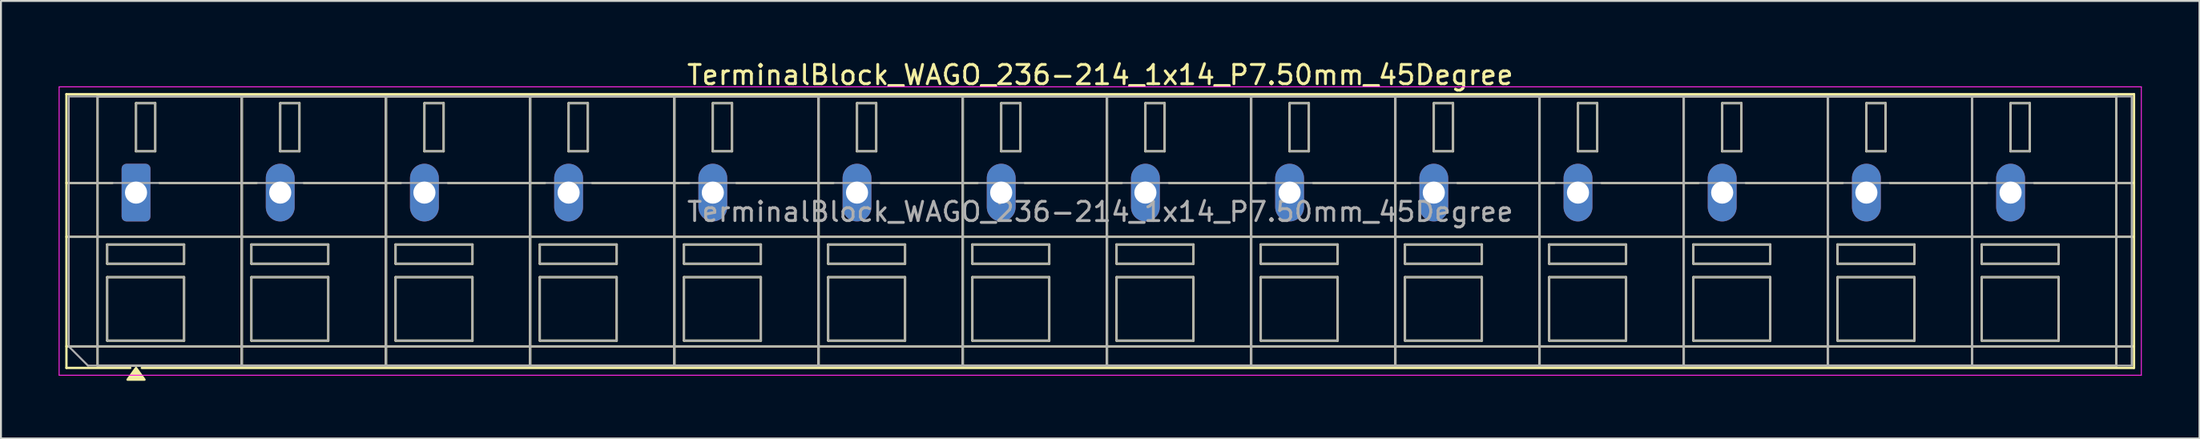
<source format=kicad_pcb>
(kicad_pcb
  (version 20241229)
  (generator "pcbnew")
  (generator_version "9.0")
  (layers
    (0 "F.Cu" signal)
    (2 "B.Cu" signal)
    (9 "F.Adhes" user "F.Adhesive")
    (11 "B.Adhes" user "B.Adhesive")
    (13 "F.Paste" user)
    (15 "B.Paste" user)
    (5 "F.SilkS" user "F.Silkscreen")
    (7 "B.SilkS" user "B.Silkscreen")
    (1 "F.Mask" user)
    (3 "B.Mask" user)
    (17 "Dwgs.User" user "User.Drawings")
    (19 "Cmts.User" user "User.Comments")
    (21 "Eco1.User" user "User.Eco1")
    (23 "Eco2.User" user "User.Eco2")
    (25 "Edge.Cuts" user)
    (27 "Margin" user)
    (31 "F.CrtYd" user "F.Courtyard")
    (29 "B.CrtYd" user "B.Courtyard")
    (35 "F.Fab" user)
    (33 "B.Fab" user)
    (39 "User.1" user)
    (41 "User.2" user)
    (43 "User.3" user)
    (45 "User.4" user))
  (footprint "TerminalBlock_WAGO_236-214_1x14_P7.50mm_45Degree"
    (layer "F.Cu")
    (at 4.025 6.968)
    (property "Reference" "TerminalBlock_WAGO_236-214_1x14_P7.50mm_45Degree" (at 50.15 -6.12 0) (layer "F.SilkS") (effects (font (size 1 1) (thickness 0.15))))
    (attr through_hole)
    (fp_line (start -3.62 -5.12) (end 103.92 -5.12) (stroke (width 0.12) (type solid)) (layer "F.SilkS"))
    (fp_line (start -3.62 -0.5) (end -1.23 -0.5) (stroke (width 0.12) (type solid)) (layer "F.SilkS"))
    (fp_line (start -3.62 2.3) (end 103.92 2.3) (stroke (width 0.12) (type solid)) (layer "F.SilkS"))
    (fp_line (start -3.62 8) (end 103.92 8) (stroke (width 0.12) (type solid)) (layer "F.SilkS"))
    (fp_line (start -3.62 9.12) (end -3.62 -5.12) (stroke (width 0.12) (type solid)) (layer "F.SilkS"))
    (fp_line (start -2 -5) (end 5.5 -5) (stroke (width 0.12) (type solid)) (layer "F.SilkS"))
    (fp_line (start -2 9) (end -2 -5) (stroke (width 0.12) (type solid)) (layer "F.SilkS"))
    (fp_line (start -1.5 2.7) (end 2.5 2.7) (stroke (width 0.12) (type solid)) (layer "F.SilkS"))
    (fp_line (start -1.5 3.7) (end -1.5 2.7) (stroke (width 0.12) (type solid)) (layer "F.SilkS"))
    (fp_line (start -1.5 4.4) (end 2.5 4.4) (stroke (width 0.12) (type solid)) (layer "F.SilkS"))
    (fp_line (start -1.5 7.7) (end -1.5 4.4) (stroke (width 0.12) (type solid)) (layer "F.SilkS"))
    (fp_line (start -0.3 9.12) (end -3.62 9.12) (stroke (width 0.12) (type solid)) (layer "F.SilkS"))
    (fp_line (start 0 -4.65) (end 1 -4.65) (stroke (width 0.12) (type solid)) (layer "F.SilkS"))
    (fp_line (start 0 -2.15) (end 0 -4.65) (stroke (width 0.12) (type solid)) (layer "F.SilkS"))
    (fp_line (start 1 -4.65) (end 1 -2.15) (stroke (width 0.12) (type solid)) (layer "F.SilkS"))
    (fp_line (start 1 -2.15) (end 0 -2.15) (stroke (width 0.12) (type solid)) (layer "F.SilkS"))
    (fp_line (start 1.23 -0.5) (end 6.27 -0.5) (stroke (width 0.12) (type solid)) (layer "F.SilkS"))
    (fp_line (start 2.5 2.7) (end 2.5 3.7) (stroke (width 0.12) (type solid)) (layer "F.SilkS"))
    (fp_line (start 2.5 3.7) (end -1.5 3.7) (stroke (width 0.12) (type solid)) (layer "F.SilkS"))
    (fp_line (start 2.5 4.4) (end 2.5 7.7) (stroke (width 0.12) (type solid)) (layer "F.SilkS"))
    (fp_line (start 2.5 7.7) (end -1.5 7.7) (stroke (width 0.12) (type solid)) (layer "F.SilkS"))
    (fp_line (start 5.5 -5) (end 5.5 9) (stroke (width 0.12) (type solid)) (layer "F.SilkS"))
    (fp_line (start 5.5 -5) (end 13 -5) (stroke (width 0.12) (type solid)) (layer "F.SilkS"))
    (fp_line (start 5.5 9) (end -2 9) (stroke (width 0.12) (type solid)) (layer "F.SilkS"))
    (fp_line (start 5.5 9) (end 5.5 -5) (stroke (width 0.12) (type solid)) (layer "F.SilkS"))
    (fp_line (start 6 2.7) (end 10 2.7) (stroke (width 0.12) (type solid)) (layer "F.SilkS"))
    (fp_line (start 6 3.7) (end 6 2.7) (stroke (width 0.12) (type solid)) (layer "F.SilkS"))
    (fp_line (start 6 4.4) (end 10 4.4) (stroke (width 0.12) (type solid)) (layer "F.SilkS"))
    (fp_line (start 6 7.7) (end 6 4.4) (stroke (width 0.12) (type solid)) (layer "F.SilkS"))
    (fp_line (start 7.5 -4.65) (end 8.5 -4.65) (stroke (width 0.12) (type solid)) (layer "F.SilkS"))
    (fp_line (start 7.5 -2.15) (end 7.5 -4.65) (stroke (width 0.12) (type solid)) (layer "F.SilkS"))
    (fp_line (start 8.5 -4.65) (end 8.5 -2.15) (stroke (width 0.12) (type solid)) (layer "F.SilkS"))
    (fp_line (start 8.5 -2.15) (end 7.5 -2.15) (stroke (width 0.12) (type solid)) (layer "F.SilkS"))
    (fp_line (start 8.73 -0.5) (end 13.77 -0.5) (stroke (width 0.12) (type solid)) (layer "F.SilkS"))
    (fp_line (start 10 2.7) (end 10 3.7) (stroke (width 0.12) (type solid)) (layer "F.SilkS"))
    (fp_line (start 10 3.7) (end 6 3.7) (stroke (width 0.12) (type solid)) (layer "F.SilkS"))
    (fp_line (start 10 4.4) (end 10 7.7) (stroke (width 0.12) (type solid)) (layer "F.SilkS"))
    (fp_line (start 10 7.7) (end 6 7.7) (stroke (width 0.12) (type solid)) (layer "F.SilkS"))
    (fp_line (start 13 -5) (end 13 9) (stroke (width 0.12) (type solid)) (layer "F.SilkS"))
    (fp_line (start 13 -5) (end 20.5 -5) (stroke (width 0.12) (type solid)) (layer "F.SilkS"))
    (fp_line (start 13 9) (end 5.5 9) (stroke (width 0.12) (type solid)) (layer "F.SilkS"))
    (fp_line (start 13 9) (end 13 -5) (stroke (width 0.12) (type solid)) (layer "F.SilkS"))
    (fp_line (start 13.5 2.7) (end 17.5 2.7) (stroke (width 0.12) (type solid)) (layer "F.SilkS"))
    (fp_line (start 13.5 3.7) (end 13.5 2.7) (stroke (width 0.12) (type solid)) (layer "F.SilkS"))
    (fp_line (start 13.5 4.4) (end 17.5 4.4) (stroke (width 0.12) (type solid)) (layer "F.SilkS"))
    (fp_line (start 13.5 7.7) (end 13.5 4.4) (stroke (width 0.12) (type solid)) (layer "F.SilkS"))
    (fp_line (start 15 -4.65) (end 16 -4.65) (stroke (width 0.12) (type solid)) (layer "F.SilkS"))
    (fp_line (start 15 -2.15) (end 15 -4.65) (stroke (width 0.12) (type solid)) (layer "F.SilkS"))
    (fp_line (start 16 -4.65) (end 16 -2.15) (stroke (width 0.12) (type solid)) (layer "F.SilkS"))
    (fp_line (start 16 -2.15) (end 15 -2.15) (stroke (width 0.12) (type solid)) (layer "F.SilkS"))
    (fp_line (start 16.23 -0.5) (end 21.27 -0.5) (stroke (width 0.12) (type solid)) (layer "F.SilkS"))
    (fp_line (start 17.5 2.7) (end 17.5 3.7) (stroke (width 0.12) (type solid)) (layer "F.SilkS"))
    (fp_line (start 17.5 3.7) (end 13.5 3.7) (stroke (width 0.12) (type solid)) (layer "F.SilkS"))
    (fp_line (start 17.5 4.4) (end 17.5 7.7) (stroke (width 0.12) (type solid)) (layer "F.SilkS"))
    (fp_line (start 17.5 7.7) (end 13.5 7.7) (stroke (width 0.12) (type solid)) (layer "F.SilkS"))
    (fp_line (start 20.5 -5) (end 20.5 9) (stroke (width 0.12) (type solid)) (layer "F.SilkS"))
    (fp_line (start 20.5 -5) (end 28 -5) (stroke (width 0.12) (type solid)) (layer "F.SilkS"))
    (fp_line (start 20.5 9) (end 13 9) (stroke (width 0.12) (type solid)) (layer "F.SilkS"))
    (fp_line (start 20.5 9) (end 20.5 -5) (stroke (width 0.12) (type solid)) (layer "F.SilkS"))
    (fp_line (start 21 2.7) (end 25 2.7) (stroke (width 0.12) (type solid)) (layer "F.SilkS"))
    (fp_line (start 21 3.7) (end 21 2.7) (stroke (width 0.12) (type solid)) (layer "F.SilkS"))
    (fp_line (start 21 4.4) (end 25 4.4) (stroke (width 0.12) (type solid)) (layer "F.SilkS"))
    (fp_line (start 21 7.7) (end 21 4.4) (stroke (width 0.12) (type solid)) (layer "F.SilkS"))
    (fp_line (start 22.5 -4.65) (end 23.5 -4.65) (stroke (width 0.12) (type solid)) (layer "F.SilkS"))
    (fp_line (start 22.5 -2.15) (end 22.5 -4.65) (stroke (width 0.12) (type solid)) (layer "F.SilkS"))
    (fp_line (start 23.5 -4.65) (end 23.5 -2.15) (stroke (width 0.12) (type solid)) (layer "F.SilkS"))
    (fp_line (start 23.5 -2.15) (end 22.5 -2.15) (stroke (width 0.12) (type solid)) (layer "F.SilkS"))
    (fp_line (start 23.73 -0.5) (end 28.77 -0.5) (stroke (width 0.12) (type solid)) (layer "F.SilkS"))
    (fp_line (start 25 2.7) (end 25 3.7) (stroke (width 0.12) (type solid)) (layer "F.SilkS"))
    (fp_line (start 25 3.7) (end 21 3.7) (stroke (width 0.12) (type solid)) (layer "F.SilkS"))
    (fp_line (start 25 4.4) (end 25 7.7) (stroke (width 0.12) (type solid)) (layer "F.SilkS"))
    (fp_line (start 25 7.7) (end 21 7.7) (stroke (width 0.12) (type solid)) (layer "F.SilkS"))
    (fp_line (start 28 -5) (end 28 9) (stroke (width 0.12) (type solid)) (layer "F.SilkS"))
    (fp_line (start 28 -5) (end 35.5 -5) (stroke (width 0.12) (type solid)) (layer "F.SilkS"))
    (fp_line (start 28 9) (end 20.5 9) (stroke (width 0.12) (type solid)) (layer "F.SilkS"))
    (fp_line (start 28 9) (end 28 -5) (stroke (width 0.12) (type solid)) (layer "F.SilkS"))
    (fp_line (start 28.5 2.7) (end 32.5 2.7) (stroke (width 0.12) (type solid)) (layer "F.SilkS"))
    (fp_line (start 28.5 3.7) (end 28.5 2.7) (stroke (width 0.12) (type solid)) (layer "F.SilkS"))
    (fp_line (start 28.5 4.4) (end 32.5 4.4) (stroke (width 0.12) (type solid)) (layer "F.SilkS"))
    (fp_line (start 28.5 7.7) (end 28.5 4.4) (stroke (width 0.12) (type solid)) (layer "F.SilkS"))
    (fp_line (start 30 -4.65) (end 31 -4.65) (stroke (width 0.12) (type solid)) (layer "F.SilkS"))
    (fp_line (start 30 -2.15) (end 30 -4.65) (stroke (width 0.12) (type solid)) (layer "F.SilkS"))
    (fp_line (start 31 -4.65) (end 31 -2.15) (stroke (width 0.12) (type solid)) (layer "F.SilkS"))
    (fp_line (start 31 -2.15) (end 30 -2.15) (stroke (width 0.12) (type solid)) (layer "F.SilkS"))
    (fp_line (start 31.23 -0.5) (end 36.27 -0.5) (stroke (width 0.12) (type solid)) (layer "F.SilkS"))
    (fp_line (start 32.5 2.7) (end 32.5 3.7) (stroke (width 0.12) (type solid)) (layer "F.SilkS"))
    (fp_line (start 32.5 3.7) (end 28.5 3.7) (stroke (width 0.12) (type solid)) (layer "F.SilkS"))
    (fp_line (start 32.5 4.4) (end 32.5 7.7) (stroke (width 0.12) (type solid)) (layer "F.SilkS"))
    (fp_line (start 32.5 7.7) (end 28.5 7.7) (stroke (width 0.12) (type solid)) (layer "F.SilkS"))
    (fp_line (start 35.5 -5) (end 35.5 9) (stroke (width 0.12) (type solid)) (layer "F.SilkS"))
    (fp_line (start 35.5 -5) (end 43 -5) (stroke (width 0.12) (type solid)) (layer "F.SilkS"))
    (fp_line (start 35.5 9) (end 28 9) (stroke (width 0.12) (type solid)) (layer "F.SilkS"))
    (fp_line (start 35.5 9) (end 35.5 -5) (stroke (width 0.12) (type solid)) (layer "F.SilkS"))
    (fp_line (start 36 2.7) (end 40 2.7) (stroke (width 0.12) (type solid)) (layer "F.SilkS"))
    (fp_line (start 36 3.7) (end 36 2.7) (stroke (width 0.12) (type solid)) (layer "F.SilkS"))
    (fp_line (start 36 4.4) (end 40 4.4) (stroke (width 0.12) (type solid)) (layer "F.SilkS"))
    (fp_line (start 36 7.7) (end 36 4.4) (stroke (width 0.12) (type solid)) (layer "F.SilkS"))
    (fp_line (start 37.5 -4.65) (end 38.5 -4.65) (stroke (width 0.12) (type solid)) (layer "F.SilkS"))
    (fp_line (start 37.5 -2.15) (end 37.5 -4.65) (stroke (width 0.12) (type solid)) (layer "F.SilkS"))
    (fp_line (start 38.5 -4.65) (end 38.5 -2.15) (stroke (width 0.12) (type solid)) (layer "F.SilkS"))
    (fp_line (start 38.5 -2.15) (end 37.5 -2.15) (stroke (width 0.12) (type solid)) (layer "F.SilkS"))
    (fp_line (start 38.73 -0.5) (end 43.77 -0.5) (stroke (width 0.12) (type solid)) (layer "F.SilkS"))
    (fp_line (start 40 2.7) (end 40 3.7) (stroke (width 0.12) (type solid)) (layer "F.SilkS"))
    (fp_line (start 40 3.7) (end 36 3.7) (stroke (width 0.12) (type solid)) (layer "F.SilkS"))
    (fp_line (start 40 4.4) (end 40 7.7) (stroke (width 0.12) (type solid)) (layer "F.SilkS"))
    (fp_line (start 40 7.7) (end 36 7.7) (stroke (width 0.12) (type solid)) (layer "F.SilkS"))
    (fp_line (start 43 -5) (end 43 9) (stroke (width 0.12) (type solid)) (layer "F.SilkS"))
    (fp_line (start 43 -5) (end 50.5 -5) (stroke (width 0.12) (type solid)) (layer "F.SilkS"))
    (fp_line (start 43 9) (end 35.5 9) (stroke (width 0.12) (type solid)) (layer "F.SilkS"))
    (fp_line (start 43 9) (end 43 -5) (stroke (width 0.12) (type solid)) (layer "F.SilkS"))
    (fp_line (start 43.5 2.7) (end 47.5 2.7) (stroke (width 0.12) (type solid)) (layer "F.SilkS"))
    (fp_line (start 43.5 3.7) (end 43.5 2.7) (stroke (width 0.12) (type solid)) (layer "F.SilkS"))
    (fp_line (start 43.5 4.4) (end 47.5 4.4) (stroke (width 0.12) (type solid)) (layer "F.SilkS"))
    (fp_line (start 43.5 7.7) (end 43.5 4.4) (stroke (width 0.12) (type solid)) (layer "F.SilkS"))
    (fp_line (start 45 -4.65) (end 46 -4.65) (stroke (width 0.12) (type solid)) (layer "F.SilkS"))
    (fp_line (start 45 -2.15) (end 45 -4.65) (stroke (width 0.12) (type solid)) (layer "F.SilkS"))
    (fp_line (start 46 -4.65) (end 46 -2.15) (stroke (width 0.12) (type solid)) (layer "F.SilkS"))
    (fp_line (start 46 -2.15) (end 45 -2.15) (stroke (width 0.12) (type solid)) (layer "F.SilkS"))
    (fp_line (start 46.23 -0.5) (end 51.27 -0.5) (stroke (width 0.12) (type solid)) (layer "F.SilkS"))
    (fp_line (start 47.5 2.7) (end 47.5 3.7) (stroke (width 0.12) (type solid)) (layer "F.SilkS"))
    (fp_line (start 47.5 3.7) (end 43.5 3.7) (stroke (width 0.12) (type solid)) (layer "F.SilkS"))
    (fp_line (start 47.5 4.4) (end 47.5 7.7) (stroke (width 0.12) (type solid)) (layer "F.SilkS"))
    (fp_line (start 47.5 7.7) (end 43.5 7.7) (stroke (width 0.12) (type solid)) (layer "F.SilkS"))
    (fp_line (start 50.5 -5) (end 50.5 9) (stroke (width 0.12) (type solid)) (layer "F.SilkS"))
    (fp_line (start 50.5 -5) (end 58 -5) (stroke (width 0.12) (type solid)) (layer "F.SilkS"))
    (fp_line (start 50.5 9) (end 43 9) (stroke (width 0.12) (type solid)) (layer "F.SilkS"))
    (fp_line (start 50.5 9) (end 50.5 -5) (stroke (width 0.12) (type solid)) (layer "F.SilkS"))
    (fp_line (start 51 2.7) (end 55 2.7) (stroke (width 0.12) (type solid)) (layer "F.SilkS"))
    (fp_line (start 51 3.7) (end 51 2.7) (stroke (width 0.12) (type solid)) (layer "F.SilkS"))
    (fp_line (start 51 4.4) (end 55 4.4) (stroke (width 0.12) (type solid)) (layer "F.SilkS"))
    (fp_line (start 51 7.7) (end 51 4.4) (stroke (width 0.12) (type solid)) (layer "F.SilkS"))
    (fp_line (start 52.5 -4.65) (end 53.5 -4.65) (stroke (width 0.12) (type solid)) (layer "F.SilkS"))
    (fp_line (start 52.5 -2.15) (end 52.5 -4.65) (stroke (width 0.12) (type solid)) (layer "F.SilkS"))
    (fp_line (start 53.5 -4.65) (end 53.5 -2.15) (stroke (width 0.12) (type solid)) (layer "F.SilkS"))
    (fp_line (start 53.5 -2.15) (end 52.5 -2.15) (stroke (width 0.12) (type solid)) (layer "F.SilkS"))
    (fp_line (start 53.73 -0.5) (end 58.77 -0.5) (stroke (width 0.12) (type solid)) (layer "F.SilkS"))
    (fp_line (start 55 2.7) (end 55 3.7) (stroke (width 0.12) (type solid)) (layer "F.SilkS"))
    (fp_line (start 55 3.7) (end 51 3.7) (stroke (width 0.12) (type solid)) (layer "F.SilkS"))
    (fp_line (start 55 4.4) (end 55 7.7) (stroke (width 0.12) (type solid)) (layer "F.SilkS"))
    (fp_line (start 55 7.7) (end 51 7.7) (stroke (width 0.12) (type solid)) (layer "F.SilkS"))
    (fp_line (start 58 -5) (end 58 9) (stroke (width 0.12) (type solid)) (layer "F.SilkS"))
    (fp_line (start 58 -5) (end 65.5 -5) (stroke (width 0.12) (type solid)) (layer "F.SilkS"))
    (fp_line (start 58 9) (end 50.5 9) (stroke (width 0.12) (type solid)) (layer "F.SilkS"))
    (fp_line (start 58 9) (end 58 -5) (stroke (width 0.12) (type solid)) (layer "F.SilkS"))
    (fp_line (start 58.5 2.7) (end 62.5 2.7) (stroke (width 0.12) (type solid)) (layer "F.SilkS"))
    (fp_line (start 58.5 3.7) (end 58.5 2.7) (stroke (width 0.12) (type solid)) (layer "F.SilkS"))
    (fp_line (start 58.5 4.4) (end 62.5 4.4) (stroke (width 0.12) (type solid)) (layer "F.SilkS"))
    (fp_line (start 58.5 7.7) (end 58.5 4.4) (stroke (width 0.12) (type solid)) (layer "F.SilkS"))
    (fp_line (start 60 -4.65) (end 61 -4.65) (stroke (width 0.12) (type solid)) (layer "F.SilkS"))
    (fp_line (start 60 -2.15) (end 60 -4.65) (stroke (width 0.12) (type solid)) (layer "F.SilkS"))
    (fp_line (start 61 -4.65) (end 61 -2.15) (stroke (width 0.12) (type solid)) (layer "F.SilkS"))
    (fp_line (start 61 -2.15) (end 60 -2.15) (stroke (width 0.12) (type solid)) (layer "F.SilkS"))
    (fp_line (start 61.23 -0.5) (end 66.27 -0.5) (stroke (width 0.12) (type solid)) (layer "F.SilkS"))
    (fp_line (start 62.5 2.7) (end 62.5 3.7) (stroke (width 0.12) (type solid)) (layer "F.SilkS"))
    (fp_line (start 62.5 3.7) (end 58.5 3.7) (stroke (width 0.12) (type solid)) (layer "F.SilkS"))
    (fp_line (start 62.5 4.4) (end 62.5 7.7) (stroke (width 0.12) (type solid)) (layer "F.SilkS"))
    (fp_line (start 62.5 7.7) (end 58.5 7.7) (stroke (width 0.12) (type solid)) (layer "F.SilkS"))
    (fp_line (start 65.5 -5) (end 65.5 9) (stroke (width 0.12) (type solid)) (layer "F.SilkS"))
    (fp_line (start 65.5 -5) (end 73 -5) (stroke (width 0.12) (type solid)) (layer "F.SilkS"))
    (fp_line (start 65.5 9) (end 58 9) (stroke (width 0.12) (type solid)) (layer "F.SilkS"))
    (fp_line (start 65.5 9) (end 65.5 -5) (stroke (width 0.12) (type solid)) (layer "F.SilkS"))
    (fp_line (start 66 2.7) (end 70 2.7) (stroke (width 0.12) (type solid)) (layer "F.SilkS"))
    (fp_line (start 66 3.7) (end 66 2.7) (stroke (width 0.12) (type solid)) (layer "F.SilkS"))
    (fp_line (start 66 4.4) (end 70 4.4) (stroke (width 0.12) (type solid)) (layer "F.SilkS"))
    (fp_line (start 66 7.7) (end 66 4.4) (stroke (width 0.12) (type solid)) (layer "F.SilkS"))
    (fp_line (start 67.5 -4.65) (end 68.5 -4.65) (stroke (width 0.12) (type solid)) (layer "F.SilkS"))
    (fp_line (start 67.5 -2.15) (end 67.5 -4.65) (stroke (width 0.12) (type solid)) (layer "F.SilkS"))
    (fp_line (start 68.5 -4.65) (end 68.5 -2.15) (stroke (width 0.12) (type solid)) (layer "F.SilkS"))
    (fp_line (start 68.5 -2.15) (end 67.5 -2.15) (stroke (width 0.12) (type solid)) (layer "F.SilkS"))
    (fp_line (start 68.73 -0.5) (end 73.77 -0.5) (stroke (width 0.12) (type solid)) (layer "F.SilkS"))
    (fp_line (start 70 2.7) (end 70 3.7) (stroke (width 0.12) (type solid)) (layer "F.SilkS"))
    (fp_line (start 70 3.7) (end 66 3.7) (stroke (width 0.12) (type solid)) (layer "F.SilkS"))
    (fp_line (start 70 4.4) (end 70 7.7) (stroke (width 0.12) (type solid)) (layer "F.SilkS"))
    (fp_line (start 70 7.7) (end 66 7.7) (stroke (width 0.12) (type solid)) (layer "F.SilkS"))
    (fp_line (start 73 -5) (end 73 9) (stroke (width 0.12) (type solid)) (layer "F.SilkS"))
    (fp_line (start 73 -5) (end 80.5 -5) (stroke (width 0.12) (type solid)) (layer "F.SilkS"))
    (fp_line (start 73 9) (end 65.5 9) (stroke (width 0.12) (type solid)) (layer "F.SilkS"))
    (fp_line (start 73 9) (end 73 -5) (stroke (width 0.12) (type solid)) (layer "F.SilkS"))
    (fp_line (start 73.5 2.7) (end 77.5 2.7) (stroke (width 0.12) (type solid)) (layer "F.SilkS"))
    (fp_line (start 73.5 3.7) (end 73.5 2.7) (stroke (width 0.12) (type solid)) (layer "F.SilkS"))
    (fp_line (start 73.5 4.4) (end 77.5 4.4) (stroke (width 0.12) (type solid)) (layer "F.SilkS"))
    (fp_line (start 73.5 7.7) (end 73.5 4.4) (stroke (width 0.12) (type solid)) (layer "F.SilkS"))
    (fp_line (start 75 -4.65) (end 76 -4.65) (stroke (width 0.12) (type solid)) (layer "F.SilkS"))
    (fp_line (start 75 -2.15) (end 75 -4.65) (stroke (width 0.12) (type solid)) (layer "F.SilkS"))
    (fp_line (start 76 -4.65) (end 76 -2.15) (stroke (width 0.12) (type solid)) (layer "F.SilkS"))
    (fp_line (start 76 -2.15) (end 75 -2.15) (stroke (width 0.12) (type solid)) (layer "F.SilkS"))
    (fp_line (start 76.23 -0.5) (end 81.27 -0.5) (stroke (width 0.12) (type solid)) (layer "F.SilkS"))
    (fp_line (start 77.5 2.7) (end 77.5 3.7) (stroke (width 0.12) (type solid)) (layer "F.SilkS"))
    (fp_line (start 77.5 3.7) (end 73.5 3.7) (stroke (width 0.12) (type solid)) (layer "F.SilkS"))
    (fp_line (start 77.5 4.4) (end 77.5 7.7) (stroke (width 0.12) (type solid)) (layer "F.SilkS"))
    (fp_line (start 77.5 7.7) (end 73.5 7.7) (stroke (width 0.12) (type solid)) (layer "F.SilkS"))
    (fp_line (start 80.5 -5) (end 80.5 9) (stroke (width 0.12) (type solid)) (layer "F.SilkS"))
    (fp_line (start 80.5 -5) (end 88 -5) (stroke (width 0.12) (type solid)) (layer "F.SilkS"))
    (fp_line (start 80.5 9) (end 73 9) (stroke (width 0.12) (type solid)) (layer "F.SilkS"))
    (fp_line (start 80.5 9) (end 80.5 -5) (stroke (width 0.12) (type solid)) (layer "F.SilkS"))
    (fp_line (start 81 2.7) (end 85 2.7) (stroke (width 0.12) (type solid)) (layer "F.SilkS"))
    (fp_line (start 81 3.7) (end 81 2.7) (stroke (width 0.12) (type solid)) (layer "F.SilkS"))
    (fp_line (start 81 4.4) (end 85 4.4) (stroke (width 0.12) (type solid)) (layer "F.SilkS"))
    (fp_line (start 81 7.7) (end 81 4.4) (stroke (width 0.12) (type solid)) (layer "F.SilkS"))
    (fp_line (start 82.5 -4.65) (end 83.5 -4.65) (stroke (width 0.12) (type solid)) (layer "F.SilkS"))
    (fp_line (start 82.5 -2.15) (end 82.5 -4.65) (stroke (width 0.12) (type solid)) (layer "F.SilkS"))
    (fp_line (start 83.5 -4.65) (end 83.5 -2.15) (stroke (width 0.12) (type solid)) (layer "F.SilkS"))
    (fp_line (start 83.5 -2.15) (end 82.5 -2.15) (stroke (width 0.12) (type solid)) (layer "F.SilkS"))
    (fp_line (start 83.73 -0.5) (end 88.77 -0.5) (stroke (width 0.12) (type solid)) (layer "F.SilkS"))
    (fp_line (start 85 2.7) (end 85 3.7) (stroke (width 0.12) (type solid)) (layer "F.SilkS"))
    (fp_line (start 85 3.7) (end 81 3.7) (stroke (width 0.12) (type solid)) (layer "F.SilkS"))
    (fp_line (start 85 4.4) (end 85 7.7) (stroke (width 0.12) (type solid)) (layer "F.SilkS"))
    (fp_line (start 85 7.7) (end 81 7.7) (stroke (width 0.12) (type solid)) (layer "F.SilkS"))
    (fp_line (start 88 -5) (end 88 9) (stroke (width 0.12) (type solid)) (layer "F.SilkS"))
    (fp_line (start 88 -5) (end 95.5 -5) (stroke (width 0.12) (type solid)) (layer "F.SilkS"))
    (fp_line (start 88 9) (end 80.5 9) (stroke (width 0.12) (type solid)) (layer "F.SilkS"))
    (fp_line (start 88 9) (end 88 -5) (stroke (width 0.12) (type solid)) (layer "F.SilkS"))
    (fp_line (start 88.5 2.7) (end 92.5 2.7) (stroke (width 0.12) (type solid)) (layer "F.SilkS"))
    (fp_line (start 88.5 3.7) (end 88.5 2.7) (stroke (width 0.12) (type solid)) (layer "F.SilkS"))
    (fp_line (start 88.5 4.4) (end 92.5 4.4) (stroke (width 0.12) (type solid)) (layer "F.SilkS"))
    (fp_line (start 88.5 7.7) (end 88.5 4.4) (stroke (width 0.12) (type solid)) (layer "F.SilkS"))
    (fp_line (start 90 -4.65) (end 91 -4.65) (stroke (width 0.12) (type solid)) (layer "F.SilkS"))
    (fp_line (start 90 -2.15) (end 90 -4.65) (stroke (width 0.12) (type solid)) (layer "F.SilkS"))
    (fp_line (start 91 -4.65) (end 91 -2.15) (stroke (width 0.12) (type solid)) (layer "F.SilkS"))
    (fp_line (start 91 -2.15) (end 90 -2.15) (stroke (width 0.12) (type solid)) (layer "F.SilkS"))
    (fp_line (start 91.23 -0.5) (end 96.27 -0.5) (stroke (width 0.12) (type solid)) (layer "F.SilkS"))
    (fp_line (start 92.5 2.7) (end 92.5 3.7) (stroke (width 0.12) (type solid)) (layer "F.SilkS"))
    (fp_line (start 92.5 3.7) (end 88.5 3.7) (stroke (width 0.12) (type solid)) (layer "F.SilkS"))
    (fp_line (start 92.5 4.4) (end 92.5 7.7) (stroke (width 0.12) (type solid)) (layer "F.SilkS"))
    (fp_line (start 92.5 7.7) (end 88.5 7.7) (stroke (width 0.12) (type solid)) (layer "F.SilkS"))
    (fp_line (start 95.5 -5) (end 95.5 9) (stroke (width 0.12) (type solid)) (layer "F.SilkS"))
    (fp_line (start 95.5 -5) (end 103 -5) (stroke (width 0.12) (type solid)) (layer "F.SilkS"))
    (fp_line (start 95.5 9) (end 88 9) (stroke (width 0.12) (type solid)) (layer "F.SilkS"))
    (fp_line (start 95.5 9) (end 95.5 -5) (stroke (width 0.12) (type solid)) (layer "F.SilkS"))
    (fp_line (start 96 2.7) (end 100 2.7) (stroke (width 0.12) (type solid)) (layer "F.SilkS"))
    (fp_line (start 96 3.7) (end 96 2.7) (stroke (width 0.12) (type solid)) (layer "F.SilkS"))
    (fp_line (start 96 4.4) (end 100 4.4) (stroke (width 0.12) (type solid)) (layer "F.SilkS"))
    (fp_line (start 96 7.7) (end 96 4.4) (stroke (width 0.12) (type solid)) (layer "F.SilkS"))
    (fp_line (start 97.5 -4.65) (end 98.5 -4.65) (stroke (width 0.12) (type solid)) (layer "F.SilkS"))
    (fp_line (start 97.5 -2.15) (end 97.5 -4.65) (stroke (width 0.12) (type solid)) (layer "F.SilkS"))
    (fp_line (start 98.5 -4.65) (end 98.5 -2.15) (stroke (width 0.12) (type solid)) (layer "F.SilkS"))
    (fp_line (start 98.5 -2.15) (end 97.5 -2.15) (stroke (width 0.12) (type solid)) (layer "F.SilkS"))
    (fp_line (start 98.73 -0.5) (end 103.92 -0.5) (stroke (width 0.12) (type solid)) (layer "F.SilkS"))
    (fp_line (start 100 2.7) (end 100 3.7) (stroke (width 0.12) (type solid)) (layer "F.SilkS"))
    (fp_line (start 100 3.7) (end 96 3.7) (stroke (width 0.12) (type solid)) (layer "F.SilkS"))
    (fp_line (start 100 4.4) (end 100 7.7) (stroke (width 0.12) (type solid)) (layer "F.SilkS"))
    (fp_line (start 100 7.7) (end 96 7.7) (stroke (width 0.12) (type solid)) (layer "F.SilkS"))
    (fp_line (start 103 -5) (end 103 9) (stroke (width 0.12) (type solid)) (layer "F.SilkS"))
    (fp_line (start 103 9) (end 95.5 9) (stroke (width 0.12) (type solid)) (layer "F.SilkS"))
    (fp_line (start 103.92 -5.12) (end 103.92 9.12) (stroke (width 0.12) (type solid)) (layer "F.SilkS"))
    (fp_line (start 103.92 9.12) (end 0.3 9.12) (stroke (width 0.12) (type solid)) (layer "F.SilkS"))
    (fp_poly (pts (xy 0 9.12) (xy 0.44 9.73) (xy -0.44 9.73)) (stroke (width 0.12) (type solid)) (fill yes) (layer "F.SilkS"))
    (fp_line (start -4 -5.5) (end -4 9.5) (stroke (width 0.05) (type solid)) (layer "F.CrtYd"))
    (fp_line (start -4 9.5) (end 104.3 9.5) (stroke (width 0.05) (type solid)) (layer "F.CrtYd"))
    (fp_line (start 104.3 -5.5) (end -4 -5.5) (stroke (width 0.05) (type solid)) (layer "F.CrtYd"))
    (fp_line (start 104.3 9.5) (end 104.3 -5.5) (stroke (width 0.05) (type solid)) (layer "F.CrtYd"))
    (fp_line (start -3.5 -5) (end 103.8 -5) (stroke (width 0.1) (type solid)) (layer "F.Fab"))
    (fp_line (start -3.5 -0.5) (end 103.8 -0.5) (stroke (width 0.1) (type solid)) (layer "F.Fab"))
    (fp_line (start -3.5 2.3) (end 103.8 2.3) (stroke (width 0.1) (type solid)) (layer "F.Fab"))
    (fp_line (start -3.5 8) (end -3.5 -5) (stroke (width 0.1) (type solid)) (layer "F.Fab"))
    (fp_line (start -3.5 8) (end 103.8 8) (stroke (width 0.1) (type solid)) (layer "F.Fab"))
    (fp_line (start -2.5 9) (end -3.5 8) (stroke (width 0.1) (type solid)) (layer "F.Fab"))
    (fp_line (start -2 -5) (end -2 9) (stroke (width 0.1) (type solid)) (layer "F.Fab"))
    (fp_line (start -2 9) (end 5.5 9) (stroke (width 0.1) (type solid)) (layer "F.Fab"))
    (fp_line (start -1.5 2.7) (end -1.5 3.7) (stroke (width 0.1) (type solid)) (layer "F.Fab"))
    (fp_line (start -1.5 3.7) (end 2.5 3.7) (stroke (width 0.1) (type solid)) (layer "F.Fab"))
    (fp_line (start -1.5 4.4) (end -1.5 7.7) (stroke (width 0.1) (type solid)) (layer "F.Fab"))
    (fp_line (start -1.5 7.7) (end 2.5 7.7) (stroke (width 0.1) (type solid)) (layer "F.Fab"))
    (fp_line (start 0 -4.65) (end 0 -2.15) (stroke (width 0.1) (type solid)) (layer "F.Fab"))
    (fp_line (start 0 -2.15) (end 1 -2.15) (stroke (width 0.1) (type solid)) (layer "F.Fab"))
    (fp_line (start 1 -4.65) (end 0 -4.65) (stroke (width 0.1) (type solid)) (layer "F.Fab"))
    (fp_line (start 1 -2.15) (end 1 -4.65) (stroke (width 0.1) (type solid)) (layer "F.Fab"))
    (fp_line (start 2.5 2.7) (end -1.5 2.7) (stroke (width 0.1) (type solid)) (layer "F.Fab"))
    (fp_line (start 2.5 3.7) (end 2.5 2.7) (stroke (width 0.1) (type solid)) (layer "F.Fab"))
    (fp_line (start 2.5 4.4) (end -1.5 4.4) (stroke (width 0.1) (type solid)) (layer "F.Fab"))
    (fp_line (start 2.5 7.7) (end 2.5 4.4) (stroke (width 0.1) (type solid)) (layer "F.Fab"))
    (fp_line (start 5.5 -5) (end -2 -5) (stroke (width 0.1) (type solid)) (layer "F.Fab"))
    (fp_line (start 5.5 -5) (end 5.5 9) (stroke (width 0.1) (type solid)) (layer "F.Fab"))
    (fp_line (start 5.5 9) (end 5.5 -5) (stroke (width 0.1) (type solid)) (layer "F.Fab"))
    (fp_line (start 5.5 9) (end 13 9) (stroke (width 0.1) (type solid)) (layer "F.Fab"))
    (fp_line (start 6 2.7) (end 6 3.7) (stroke (width 0.1) (type solid)) (layer "F.Fab"))
    (fp_line (start 6 3.7) (end 10 3.7) (stroke (width 0.1) (type solid)) (layer "F.Fab"))
    (fp_line (start 6 4.4) (end 6 7.7) (stroke (width 0.1) (type solid)) (layer "F.Fab"))
    (fp_line (start 6 7.7) (end 10 7.7) (stroke (width 0.1) (type solid)) (layer "F.Fab"))
    (fp_line (start 7.5 -4.65) (end 7.5 -2.15) (stroke (width 0.1) (type solid)) (layer "F.Fab"))
    (fp_line (start 7.5 -2.15) (end 8.5 -2.15) (stroke (width 0.1) (type solid)) (layer "F.Fab"))
    (fp_line (start 8.5 -4.65) (end 7.5 -4.65) (stroke (width 0.1) (type solid)) (layer "F.Fab"))
    (fp_line (start 8.5 -2.15) (end 8.5 -4.65) (stroke (width 0.1) (type solid)) (layer "F.Fab"))
    (fp_line (start 10 2.7) (end 6 2.7) (stroke (width 0.1) (type solid)) (layer "F.Fab"))
    (fp_line (start 10 3.7) (end 10 2.7) (stroke (width 0.1) (type solid)) (layer "F.Fab"))
    (fp_line (start 10 4.4) (end 6 4.4) (stroke (width 0.1) (type solid)) (layer "F.Fab"))
    (fp_line (start 10 7.7) (end 10 4.4) (stroke (width 0.1) (type solid)) (layer "F.Fab"))
    (fp_line (start 13 -5) (end 5.5 -5) (stroke (width 0.1) (type solid)) (layer "F.Fab"))
    (fp_line (start 13 -5) (end 13 9) (stroke (width 0.1) (type solid)) (layer "F.Fab"))
    (fp_line (start 13 9) (end 13 -5) (stroke (width 0.1) (type solid)) (layer "F.Fab"))
    (fp_line (start 13 9) (end 20.5 9) (stroke (width 0.1) (type solid)) (layer "F.Fab"))
    (fp_line (start 13.5 2.7) (end 13.5 3.7) (stroke (width 0.1) (type solid)) (layer "F.Fab"))
    (fp_line (start 13.5 3.7) (end 17.5 3.7) (stroke (width 0.1) (type solid)) (layer "F.Fab"))
    (fp_line (start 13.5 4.4) (end 13.5 7.7) (stroke (width 0.1) (type solid)) (layer "F.Fab"))
    (fp_line (start 13.5 7.7) (end 17.5 7.7) (stroke (width 0.1) (type solid)) (layer "F.Fab"))
    (fp_line (start 15 -4.65) (end 15 -2.15) (stroke (width 0.1) (type solid)) (layer "F.Fab"))
    (fp_line (start 15 -2.15) (end 16 -2.15) (stroke (width 0.1) (type solid)) (layer "F.Fab"))
    (fp_line (start 16 -4.65) (end 15 -4.65) (stroke (width 0.1) (type solid)) (layer "F.Fab"))
    (fp_line (start 16 -2.15) (end 16 -4.65) (stroke (width 0.1) (type solid)) (layer "F.Fab"))
    (fp_line (start 17.5 2.7) (end 13.5 2.7) (stroke (width 0.1) (type solid)) (layer "F.Fab"))
    (fp_line (start 17.5 3.7) (end 17.5 2.7) (stroke (width 0.1) (type solid)) (layer "F.Fab"))
    (fp_line (start 17.5 4.4) (end 13.5 4.4) (stroke (width 0.1) (type solid)) (layer "F.Fab"))
    (fp_line (start 17.5 7.7) (end 17.5 4.4) (stroke (width 0.1) (type solid)) (layer "F.Fab"))
    (fp_line (start 20.5 -5) (end 13 -5) (stroke (width 0.1) (type solid)) (layer "F.Fab"))
    (fp_line (start 20.5 -5) (end 20.5 9) (stroke (width 0.1) (type solid)) (layer "F.Fab"))
    (fp_line (start 20.5 9) (end 20.5 -5) (stroke (width 0.1) (type solid)) (layer "F.Fab"))
    (fp_line (start 20.5 9) (end 28 9) (stroke (width 0.1) (type solid)) (layer "F.Fab"))
    (fp_line (start 21 2.7) (end 21 3.7) (stroke (width 0.1) (type solid)) (layer "F.Fab"))
    (fp_line (start 21 3.7) (end 25 3.7) (stroke (width 0.1) (type solid)) (layer "F.Fab"))
    (fp_line (start 21 4.4) (end 21 7.7) (stroke (width 0.1) (type solid)) (layer "F.Fab"))
    (fp_line (start 21 7.7) (end 25 7.7) (stroke (width 0.1) (type solid)) (layer "F.Fab"))
    (fp_line (start 22.5 -4.65) (end 22.5 -2.15) (stroke (width 0.1) (type solid)) (layer "F.Fab"))
    (fp_line (start 22.5 -2.15) (end 23.5 -2.15) (stroke (width 0.1) (type solid)) (layer "F.Fab"))
    (fp_line (start 23.5 -4.65) (end 22.5 -4.65) (stroke (width 0.1) (type solid)) (layer "F.Fab"))
    (fp_line (start 23.5 -2.15) (end 23.5 -4.65) (stroke (width 0.1) (type solid)) (layer "F.Fab"))
    (fp_line (start 25 2.7) (end 21 2.7) (stroke (width 0.1) (type solid)) (layer "F.Fab"))
    (fp_line (start 25 3.7) (end 25 2.7) (stroke (width 0.1) (type solid)) (layer "F.Fab"))
    (fp_line (start 25 4.4) (end 21 4.4) (stroke (width 0.1) (type solid)) (layer "F.Fab"))
    (fp_line (start 25 7.7) (end 25 4.4) (stroke (width 0.1) (type solid)) (layer "F.Fab"))
    (fp_line (start 28 -5) (end 20.5 -5) (stroke (width 0.1) (type solid)) (layer "F.Fab"))
    (fp_line (start 28 -5) (end 28 9) (stroke (width 0.1) (type solid)) (layer "F.Fab"))
    (fp_line (start 28 9) (end 28 -5) (stroke (width 0.1) (type solid)) (layer "F.Fab"))
    (fp_line (start 28 9) (end 35.5 9) (stroke (width 0.1) (type solid)) (layer "F.Fab"))
    (fp_line (start 28.5 2.7) (end 28.5 3.7) (stroke (width 0.1) (type solid)) (layer "F.Fab"))
    (fp_line (start 28.5 3.7) (end 32.5 3.7) (stroke (width 0.1) (type solid)) (layer "F.Fab"))
    (fp_line (start 28.5 4.4) (end 28.5 7.7) (stroke (width 0.1) (type solid)) (layer "F.Fab"))
    (fp_line (start 28.5 7.7) (end 32.5 7.7) (stroke (width 0.1) (type solid)) (layer "F.Fab"))
    (fp_line (start 30 -4.65) (end 30 -2.15) (stroke (width 0.1) (type solid)) (layer "F.Fab"))
    (fp_line (start 30 -2.15) (end 31 -2.15) (stroke (width 0.1) (type solid)) (layer "F.Fab"))
    (fp_line (start 31 -4.65) (end 30 -4.65) (stroke (width 0.1) (type solid)) (layer "F.Fab"))
    (fp_line (start 31 -2.15) (end 31 -4.65) (stroke (width 0.1) (type solid)) (layer "F.Fab"))
    (fp_line (start 32.5 2.7) (end 28.5 2.7) (stroke (width 0.1) (type solid)) (layer "F.Fab"))
    (fp_line (start 32.5 3.7) (end 32.5 2.7) (stroke (width 0.1) (type solid)) (layer "F.Fab"))
    (fp_line (start 32.5 4.4) (end 28.5 4.4) (stroke (width 0.1) (type solid)) (layer "F.Fab"))
    (fp_line (start 32.5 7.7) (end 32.5 4.4) (stroke (width 0.1) (type solid)) (layer "F.Fab"))
    (fp_line (start 35.5 -5) (end 28 -5) (stroke (width 0.1) (type solid)) (layer "F.Fab"))
    (fp_line (start 35.5 -5) (end 35.5 9) (stroke (width 0.1) (type solid)) (layer "F.Fab"))
    (fp_line (start 35.5 9) (end 35.5 -5) (stroke (width 0.1) (type solid)) (layer "F.Fab"))
    (fp_line (start 35.5 9) (end 43 9) (stroke (width 0.1) (type solid)) (layer "F.Fab"))
    (fp_line (start 36 2.7) (end 36 3.7) (stroke (width 0.1) (type solid)) (layer "F.Fab"))
    (fp_line (start 36 3.7) (end 40 3.7) (stroke (width 0.1) (type solid)) (layer "F.Fab"))
    (fp_line (start 36 4.4) (end 36 7.7) (stroke (width 0.1) (type solid)) (layer "F.Fab"))
    (fp_line (start 36 7.7) (end 40 7.7) (stroke (width 0.1) (type solid)) (layer "F.Fab"))
    (fp_line (start 37.5 -4.65) (end 37.5 -2.15) (stroke (width 0.1) (type solid)) (layer "F.Fab"))
    (fp_line (start 37.5 -2.15) (end 38.5 -2.15) (stroke (width 0.1) (type solid)) (layer "F.Fab"))
    (fp_line (start 38.5 -4.65) (end 37.5 -4.65) (stroke (width 0.1) (type solid)) (layer "F.Fab"))
    (fp_line (start 38.5 -2.15) (end 38.5 -4.65) (stroke (width 0.1) (type solid)) (layer "F.Fab"))
    (fp_line (start 40 2.7) (end 36 2.7) (stroke (width 0.1) (type solid)) (layer "F.Fab"))
    (fp_line (start 40 3.7) (end 40 2.7) (stroke (width 0.1) (type solid)) (layer "F.Fab"))
    (fp_line (start 40 4.4) (end 36 4.4) (stroke (width 0.1) (type solid)) (layer "F.Fab"))
    (fp_line (start 40 7.7) (end 40 4.4) (stroke (width 0.1) (type solid)) (layer "F.Fab"))
    (fp_line (start 43 -5) (end 35.5 -5) (stroke (width 0.1) (type solid)) (layer "F.Fab"))
    (fp_line (start 43 -5) (end 43 9) (stroke (width 0.1) (type solid)) (layer "F.Fab"))
    (fp_line (start 43 9) (end 43 -5) (stroke (width 0.1) (type solid)) (layer "F.Fab"))
    (fp_line (start 43 9) (end 50.5 9) (stroke (width 0.1) (type solid)) (layer "F.Fab"))
    (fp_line (start 43.5 2.7) (end 43.5 3.7) (stroke (width 0.1) (type solid)) (layer "F.Fab"))
    (fp_line (start 43.5 3.7) (end 47.5 3.7) (stroke (width 0.1) (type solid)) (layer "F.Fab"))
    (fp_line (start 43.5 4.4) (end 43.5 7.7) (stroke (width 0.1) (type solid)) (layer "F.Fab"))
    (fp_line (start 43.5 7.7) (end 47.5 7.7) (stroke (width 0.1) (type solid)) (layer "F.Fab"))
    (fp_line (start 45 -4.65) (end 45 -2.15) (stroke (width 0.1) (type solid)) (layer "F.Fab"))
    (fp_line (start 45 -2.15) (end 46 -2.15) (stroke (width 0.1) (type solid)) (layer "F.Fab"))
    (fp_line (start 46 -4.65) (end 45 -4.65) (stroke (width 0.1) (type solid)) (layer "F.Fab"))
    (fp_line (start 46 -2.15) (end 46 -4.65) (stroke (width 0.1) (type solid)) (layer "F.Fab"))
    (fp_line (start 47.5 2.7) (end 43.5 2.7) (stroke (width 0.1) (type solid)) (layer "F.Fab"))
    (fp_line (start 47.5 3.7) (end 47.5 2.7) (stroke (width 0.1) (type solid)) (layer "F.Fab"))
    (fp_line (start 47.5 4.4) (end 43.5 4.4) (stroke (width 0.1) (type solid)) (layer "F.Fab"))
    (fp_line (start 47.5 7.7) (end 47.5 4.4) (stroke (width 0.1) (type solid)) (layer "F.Fab"))
    (fp_line (start 50.5 -5) (end 43 -5) (stroke (width 0.1) (type solid)) (layer "F.Fab"))
    (fp_line (start 50.5 -5) (end 50.5 9) (stroke (width 0.1) (type solid)) (layer "F.Fab"))
    (fp_line (start 50.5 9) (end 50.5 -5) (stroke (width 0.1) (type solid)) (layer "F.Fab"))
    (fp_line (start 50.5 9) (end 58 9) (stroke (width 0.1) (type solid)) (layer "F.Fab"))
    (fp_line (start 51 2.7) (end 51 3.7) (stroke (width 0.1) (type solid)) (layer "F.Fab"))
    (fp_line (start 51 3.7) (end 55 3.7) (stroke (width 0.1) (type solid)) (layer "F.Fab"))
    (fp_line (start 51 4.4) (end 51 7.7) (stroke (width 0.1) (type solid)) (layer "F.Fab"))
    (fp_line (start 51 7.7) (end 55 7.7) (stroke (width 0.1) (type solid)) (layer "F.Fab"))
    (fp_line (start 52.5 -4.65) (end 52.5 -2.15) (stroke (width 0.1) (type solid)) (layer "F.Fab"))
    (fp_line (start 52.5 -2.15) (end 53.5 -2.15) (stroke (width 0.1) (type solid)) (layer "F.Fab"))
    (fp_line (start 53.5 -4.65) (end 52.5 -4.65) (stroke (width 0.1) (type solid)) (layer "F.Fab"))
    (fp_line (start 53.5 -2.15) (end 53.5 -4.65) (stroke (width 0.1) (type solid)) (layer "F.Fab"))
    (fp_line (start 55 2.7) (end 51 2.7) (stroke (width 0.1) (type solid)) (layer "F.Fab"))
    (fp_line (start 55 3.7) (end 55 2.7) (stroke (width 0.1) (type solid)) (layer "F.Fab"))
    (fp_line (start 55 4.4) (end 51 4.4) (stroke (width 0.1) (type solid)) (layer "F.Fab"))
    (fp_line (start 55 7.7) (end 55 4.4) (stroke (width 0.1) (type solid)) (layer "F.Fab"))
    (fp_line (start 58 -5) (end 50.5 -5) (stroke (width 0.1) (type solid)) (layer "F.Fab"))
    (fp_line (start 58 -5) (end 58 9) (stroke (width 0.1) (type solid)) (layer "F.Fab"))
    (fp_line (start 58 9) (end 58 -5) (stroke (width 0.1) (type solid)) (layer "F.Fab"))
    (fp_line (start 58 9) (end 65.5 9) (stroke (width 0.1) (type solid)) (layer "F.Fab"))
    (fp_line (start 58.5 2.7) (end 58.5 3.7) (stroke (width 0.1) (type solid)) (layer "F.Fab"))
    (fp_line (start 58.5 3.7) (end 62.5 3.7) (stroke (width 0.1) (type solid)) (layer "F.Fab"))
    (fp_line (start 58.5 4.4) (end 58.5 7.7) (stroke (width 0.1) (type solid)) (layer "F.Fab"))
    (fp_line (start 58.5 7.7) (end 62.5 7.7) (stroke (width 0.1) (type solid)) (layer "F.Fab"))
    (fp_line (start 60 -4.65) (end 60 -2.15) (stroke (width 0.1) (type solid)) (layer "F.Fab"))
    (fp_line (start 60 -2.15) (end 61 -2.15) (stroke (width 0.1) (type solid)) (layer "F.Fab"))
    (fp_line (start 61 -4.65) (end 60 -4.65) (stroke (width 0.1) (type solid)) (layer "F.Fab"))
    (fp_line (start 61 -2.15) (end 61 -4.65) (stroke (width 0.1) (type solid)) (layer "F.Fab"))
    (fp_line (start 62.5 2.7) (end 58.5 2.7) (stroke (width 0.1) (type solid)) (layer "F.Fab"))
    (fp_line (start 62.5 3.7) (end 62.5 2.7) (stroke (width 0.1) (type solid)) (layer "F.Fab"))
    (fp_line (start 62.5 4.4) (end 58.5 4.4) (stroke (width 0.1) (type solid)) (layer "F.Fab"))
    (fp_line (start 62.5 7.7) (end 62.5 4.4) (stroke (width 0.1) (type solid)) (layer "F.Fab"))
    (fp_line (start 65.5 -5) (end 58 -5) (stroke (width 0.1) (type solid)) (layer "F.Fab"))
    (fp_line (start 65.5 -5) (end 65.5 9) (stroke (width 0.1) (type solid)) (layer "F.Fab"))
    (fp_line (start 65.5 9) (end 65.5 -5) (stroke (width 0.1) (type solid)) (layer "F.Fab"))
    (fp_line (start 65.5 9) (end 73 9) (stroke (width 0.1) (type solid)) (layer "F.Fab"))
    (fp_line (start 66 2.7) (end 66 3.7) (stroke (width 0.1) (type solid)) (layer "F.Fab"))
    (fp_line (start 66 3.7) (end 70 3.7) (stroke (width 0.1) (type solid)) (layer "F.Fab"))
    (fp_line (start 66 4.4) (end 66 7.7) (stroke (width 0.1) (type solid)) (layer "F.Fab"))
    (fp_line (start 66 7.7) (end 70 7.7) (stroke (width 0.1) (type solid)) (layer "F.Fab"))
    (fp_line (start 67.5 -4.65) (end 67.5 -2.15) (stroke (width 0.1) (type solid)) (layer "F.Fab"))
    (fp_line (start 67.5 -2.15) (end 68.5 -2.15) (stroke (width 0.1) (type solid)) (layer "F.Fab"))
    (fp_line (start 68.5 -4.65) (end 67.5 -4.65) (stroke (width 0.1) (type solid)) (layer "F.Fab"))
    (fp_line (start 68.5 -2.15) (end 68.5 -4.65) (stroke (width 0.1) (type solid)) (layer "F.Fab"))
    (fp_line (start 70 2.7) (end 66 2.7) (stroke (width 0.1) (type solid)) (layer "F.Fab"))
    (fp_line (start 70 3.7) (end 70 2.7) (stroke (width 0.1) (type solid)) (layer "F.Fab"))
    (fp_line (start 70 4.4) (end 66 4.4) (stroke (width 0.1) (type solid)) (layer "F.Fab"))
    (fp_line (start 70 7.7) (end 70 4.4) (stroke (width 0.1) (type solid)) (layer "F.Fab"))
    (fp_line (start 73 -5) (end 65.5 -5) (stroke (width 0.1) (type solid)) (layer "F.Fab"))
    (fp_line (start 73 -5) (end 73 9) (stroke (width 0.1) (type solid)) (layer "F.Fab"))
    (fp_line (start 73 9) (end 73 -5) (stroke (width 0.1) (type solid)) (layer "F.Fab"))
    (fp_line (start 73 9) (end 80.5 9) (stroke (width 0.1) (type solid)) (layer "F.Fab"))
    (fp_line (start 73.5 2.7) (end 73.5 3.7) (stroke (width 0.1) (type solid)) (layer "F.Fab"))
    (fp_line (start 73.5 3.7) (end 77.5 3.7) (stroke (width 0.1) (type solid)) (layer "F.Fab"))
    (fp_line (start 73.5 4.4) (end 73.5 7.7) (stroke (width 0.1) (type solid)) (layer "F.Fab"))
    (fp_line (start 73.5 7.7) (end 77.5 7.7) (stroke (width 0.1) (type solid)) (layer "F.Fab"))
    (fp_line (start 75 -4.65) (end 75 -2.15) (stroke (width 0.1) (type solid)) (layer "F.Fab"))
    (fp_line (start 75 -2.15) (end 76 -2.15) (stroke (width 0.1) (type solid)) (layer "F.Fab"))
    (fp_line (start 76 -4.65) (end 75 -4.65) (stroke (width 0.1) (type solid)) (layer "F.Fab"))
    (fp_line (start 76 -2.15) (end 76 -4.65) (stroke (width 0.1) (type solid)) (layer "F.Fab"))
    (fp_line (start 77.5 2.7) (end 73.5 2.7) (stroke (width 0.1) (type solid)) (layer "F.Fab"))
    (fp_line (start 77.5 3.7) (end 77.5 2.7) (stroke (width 0.1) (type solid)) (layer "F.Fab"))
    (fp_line (start 77.5 4.4) (end 73.5 4.4) (stroke (width 0.1) (type solid)) (layer "F.Fab"))
    (fp_line (start 77.5 7.7) (end 77.5 4.4) (stroke (width 0.1) (type solid)) (layer "F.Fab"))
    (fp_line (start 80.5 -5) (end 73 -5) (stroke (width 0.1) (type solid)) (layer "F.Fab"))
    (fp_line (start 80.5 -5) (end 80.5 9) (stroke (width 0.1) (type solid)) (layer "F.Fab"))
    (fp_line (start 80.5 9) (end 80.5 -5) (stroke (width 0.1) (type solid)) (layer "F.Fab"))
    (fp_line (start 80.5 9) (end 88 9) (stroke (width 0.1) (type solid)) (layer "F.Fab"))
    (fp_line (start 81 2.7) (end 81 3.7) (stroke (width 0.1) (type solid)) (layer "F.Fab"))
    (fp_line (start 81 3.7) (end 85 3.7) (stroke (width 0.1) (type solid)) (layer "F.Fab"))
    (fp_line (start 81 4.4) (end 81 7.7) (stroke (width 0.1) (type solid)) (layer "F.Fab"))
    (fp_line (start 81 7.7) (end 85 7.7) (stroke (width 0.1) (type solid)) (layer "F.Fab"))
    (fp_line (start 82.5 -4.65) (end 82.5 -2.15) (stroke (width 0.1) (type solid)) (layer "F.Fab"))
    (fp_line (start 82.5 -2.15) (end 83.5 -2.15) (stroke (width 0.1) (type solid)) (layer "F.Fab"))
    (fp_line (start 83.5 -4.65) (end 82.5 -4.65) (stroke (width 0.1) (type solid)) (layer "F.Fab"))
    (fp_line (start 83.5 -2.15) (end 83.5 -4.65) (stroke (width 0.1) (type solid)) (layer "F.Fab"))
    (fp_line (start 85 2.7) (end 81 2.7) (stroke (width 0.1) (type solid)) (layer "F.Fab"))
    (fp_line (start 85 3.7) (end 85 2.7) (stroke (width 0.1) (type solid)) (layer "F.Fab"))
    (fp_line (start 85 4.4) (end 81 4.4) (stroke (width 0.1) (type solid)) (layer "F.Fab"))
    (fp_line (start 85 7.7) (end 85 4.4) (stroke (width 0.1) (type solid)) (layer "F.Fab"))
    (fp_line (start 88 -5) (end 80.5 -5) (stroke (width 0.1) (type solid)) (layer "F.Fab"))
    (fp_line (start 88 -5) (end 88 9) (stroke (width 0.1) (type solid)) (layer "F.Fab"))
    (fp_line (start 88 9) (end 88 -5) (stroke (width 0.1) (type solid)) (layer "F.Fab"))
    (fp_line (start 88 9) (end 95.5 9) (stroke (width 0.1) (type solid)) (layer "F.Fab"))
    (fp_line (start 88.5 2.7) (end 88.5 3.7) (stroke (width 0.1) (type solid)) (layer "F.Fab"))
    (fp_line (start 88.5 3.7) (end 92.5 3.7) (stroke (width 0.1) (type solid)) (layer "F.Fab"))
    (fp_line (start 88.5 4.4) (end 88.5 7.7) (stroke (width 0.1) (type solid)) (layer "F.Fab"))
    (fp_line (start 88.5 7.7) (end 92.5 7.7) (stroke (width 0.1) (type solid)) (layer "F.Fab"))
    (fp_line (start 90 -4.65) (end 90 -2.15) (stroke (width 0.1) (type solid)) (layer "F.Fab"))
    (fp_line (start 90 -2.15) (end 91 -2.15) (stroke (width 0.1) (type solid)) (layer "F.Fab"))
    (fp_line (start 91 -4.65) (end 90 -4.65) (stroke (width 0.1) (type solid)) (layer "F.Fab"))
    (fp_line (start 91 -2.15) (end 91 -4.65) (stroke (width 0.1) (type solid)) (layer "F.Fab"))
    (fp_line (start 92.5 2.7) (end 88.5 2.7) (stroke (width 0.1) (type solid)) (layer "F.Fab"))
    (fp_line (start 92.5 3.7) (end 92.5 2.7) (stroke (width 0.1) (type solid)) (layer "F.Fab"))
    (fp_line (start 92.5 4.4) (end 88.5 4.4) (stroke (width 0.1) (type solid)) (layer "F.Fab"))
    (fp_line (start 92.5 7.7) (end 92.5 4.4) (stroke (width 0.1) (type solid)) (layer "F.Fab"))
    (fp_line (start 95.5 -5) (end 88 -5) (stroke (width 0.1) (type solid)) (layer "F.Fab"))
    (fp_line (start 95.5 -5) (end 95.5 9) (stroke (width 0.1) (type solid)) (layer "F.Fab"))
    (fp_line (start 95.5 9) (end 95.5 -5) (stroke (width 0.1) (type solid)) (layer "F.Fab"))
    (fp_line (start 95.5 9) (end 103 9) (stroke (width 0.1) (type solid)) (layer "F.Fab"))
    (fp_line (start 96 2.7) (end 96 3.7) (stroke (width 0.1) (type solid)) (layer "F.Fab"))
    (fp_line (start 96 3.7) (end 100 3.7) (stroke (width 0.1) (type solid)) (layer "F.Fab"))
    (fp_line (start 96 4.4) (end 96 7.7) (stroke (width 0.1) (type solid)) (layer "F.Fab"))
    (fp_line (start 96 7.7) (end 100 7.7) (stroke (width 0.1) (type solid)) (layer "F.Fab"))
    (fp_line (start 97.5 -4.65) (end 97.5 -2.15) (stroke (width 0.1) (type solid)) (layer "F.Fab"))
    (fp_line (start 97.5 -2.15) (end 98.5 -2.15) (stroke (width 0.1) (type solid)) (layer "F.Fab"))
    (fp_line (start 98.5 -4.65) (end 97.5 -4.65) (stroke (width 0.1) (type solid)) (layer "F.Fab"))
    (fp_line (start 98.5 -2.15) (end 98.5 -4.65) (stroke (width 0.1) (type solid)) (layer "F.Fab"))
    (fp_line (start 100 2.7) (end 96 2.7) (stroke (width 0.1) (type solid)) (layer "F.Fab"))
    (fp_line (start 100 3.7) (end 100 2.7) (stroke (width 0.1) (type solid)) (layer "F.Fab"))
    (fp_line (start 100 4.4) (end 96 4.4) (stroke (width 0.1) (type solid)) (layer "F.Fab"))
    (fp_line (start 100 7.7) (end 100 4.4) (stroke (width 0.1) (type solid)) (layer "F.Fab"))
    (fp_line (start 103 -5) (end 95.5 -5) (stroke (width 0.1) (type solid)) (layer "F.Fab"))
    (fp_line (start 103 9) (end 103 -5) (stroke (width 0.1) (type solid)) (layer "F.Fab"))
    (fp_line (start 103.8 -5) (end 103.8 9) (stroke (width 0.1) (type solid)) (layer "F.Fab"))
    (fp_line (start 103.8 9) (end -2.5 9) (stroke (width 0.1) (type solid)) (layer "F.Fab"))
    (fp_text user "${REFERENCE}" (at 50.15 1 0) (layer "F.Fab") (effects (font (size 1 1) (thickness 0.15))))
    (pad "1" thru_hole roundrect (at 0 0) (size 1.5 3) (drill 1.15) (layers "*.Cu" "*.Mask") (roundrect_rratio 0.167))
    (pad "2" thru_hole oval (at 7.5 0) (size 1.5 3) (drill 1.15) (layers "*.Cu" "*.Mask"))
    (pad "3" thru_hole oval (at 15 0) (size 1.5 3) (drill 1.15) (layers "*.Cu" "*.Mask"))
    (pad "4" thru_hole oval (at 22.5 0) (size 1.5 3) (drill 1.15) (layers "*.Cu" "*.Mask"))
    (pad "5" thru_hole oval (at 30 0) (size 1.5 3) (drill 1.15) (layers "*.Cu" "*.Mask"))
    (pad "6" thru_hole oval (at 37.5 0) (size 1.5 3) (drill 1.15) (layers "*.Cu" "*.Mask"))
    (pad "7" thru_hole oval (at 45 0) (size 1.5 3) (drill 1.15) (layers "*.Cu" "*.Mask"))
    (pad "8" thru_hole oval (at 52.5 0) (size 1.5 3) (drill 1.15) (layers "*.Cu" "*.Mask"))
    (pad "9" thru_hole oval (at 60 0) (size 1.5 3) (drill 1.15) (layers "*.Cu" "*.Mask"))
    (pad "10" thru_hole oval (at 67.5 0) (size 1.5 3) (drill 1.15) (layers "*.Cu" "*.Mask"))
    (pad "11" thru_hole oval (at 75 0) (size 1.5 3) (drill 1.15) (layers "*.Cu" "*.Mask"))
    (pad "12" thru_hole oval (at 82.5 0) (size 1.5 3) (drill 1.15) (layers "*.Cu" "*.Mask"))
    (pad "13" thru_hole oval (at 90 0) (size 1.5 3) (drill 1.15) (layers "*.Cu" "*.Mask"))
    (pad "14" thru_hole oval (at 97.5 0) (size 1.5 3) (drill 1.15) (layers "*.Cu" "*.Mask")))
  (gr_rect
    (start -3 -3)
    (end 111.35 19.758)
    (stroke (width 0.1) (type default))
    (fill no)
    (layer "Edge.Cuts")))
</source>
